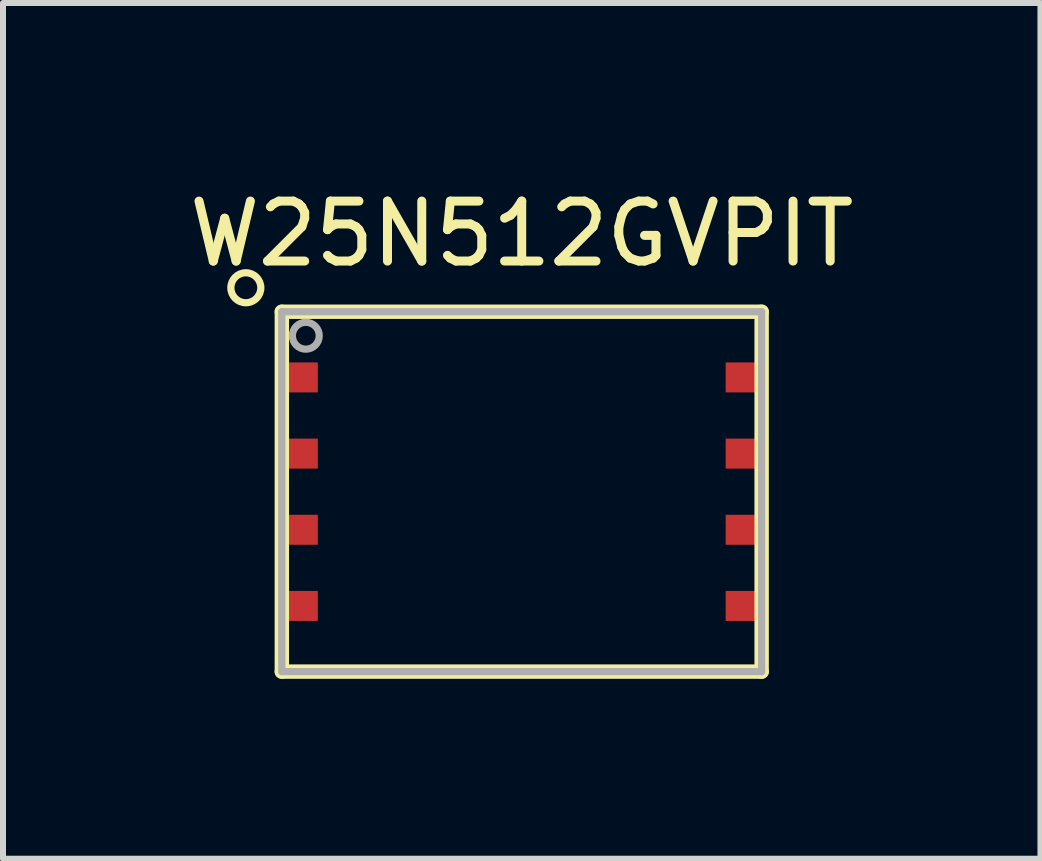
<source format=kicad_pcb>
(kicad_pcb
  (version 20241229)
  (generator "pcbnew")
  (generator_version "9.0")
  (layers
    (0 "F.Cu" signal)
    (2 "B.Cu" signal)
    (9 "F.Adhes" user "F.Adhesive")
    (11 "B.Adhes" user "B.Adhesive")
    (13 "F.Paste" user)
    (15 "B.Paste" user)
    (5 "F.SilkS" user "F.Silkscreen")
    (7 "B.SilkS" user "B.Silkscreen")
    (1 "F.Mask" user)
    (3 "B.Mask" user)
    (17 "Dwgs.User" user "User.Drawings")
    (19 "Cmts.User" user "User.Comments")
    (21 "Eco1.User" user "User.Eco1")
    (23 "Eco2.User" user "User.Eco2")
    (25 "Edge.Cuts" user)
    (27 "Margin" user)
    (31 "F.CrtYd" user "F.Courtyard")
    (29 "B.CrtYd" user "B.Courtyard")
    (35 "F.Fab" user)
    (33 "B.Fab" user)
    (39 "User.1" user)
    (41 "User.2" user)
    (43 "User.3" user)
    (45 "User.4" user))
  (footprint "W25N512GVPIT"
    (layer "F.Cu")
    (at 5.649 5.148)
    (property "Reference" "W25N512GVPIT" (at 0 -4.3 0) (layer "F.SilkS") (effects (font (size 1 1) (thickness 0.15))))
    (attr through_hole)
    (fp_line (start -4 3) (end -4 -3) (stroke (width 0.24) (type solid)) (layer "F.SilkS"))
    (fp_line (start 4 -3) (end -4 -3) (stroke (width 0.24) (type solid)) (layer "F.SilkS"))
    (fp_line (start 4 -3) (end 4 3) (stroke (width 0.24) (type solid)) (layer "F.SilkS"))
    (fp_line (start 4 3) (end -4 3) (stroke (width 0.24) (type solid)) (layer "F.SilkS"))
    (fp_circle (center -4.6 -3.4) (end -4.35 -3.4) (stroke (width 0.12) (type solid)) (fill no) (layer "F.SilkS"))
    (fp_line (start -4 -3) (end 4 -3) (stroke (width 0.12) (type solid)) (layer "F.Fab"))
    (fp_line (start -4 3) (end -4 -3) (stroke (width 0.12) (type solid)) (layer "F.Fab"))
    (fp_line (start -4 3) (end 4 3) (stroke (width 0.12) (type solid)) (layer "F.Fab"))
    (fp_line (start 4 -3) (end 4 3) (stroke (width 0.12) (type solid)) (layer "F.Fab"))
    (fp_circle (center -3.6 -2.6) (end -3.376 -2.6) (stroke (width 0.12) (type solid)) (fill no) (layer "F.Fab"))
    (pad "1" smd rect (at -3.7 -1.905) (size 0.6 0.5) (layers "F.Cu" "F.Mask" "F.Paste"))
    (pad "2" smd rect (at -3.7 -0.635) (size 0.6 0.5) (layers "F.Cu" "F.Mask" "F.Paste"))
    (pad "3" smd rect (at -3.7 0.635) (size 0.6 0.5) (layers "F.Cu" "F.Mask" "F.Paste"))
    (pad "4" smd rect (at -3.7 1.905) (size 0.6 0.5) (layers "F.Cu" "F.Mask" "F.Paste"))
    (pad "5" smd rect (at 3.7 1.905) (size 0.6 0.5) (layers "F.Cu" "F.Mask" "F.Paste"))
    (pad "6" smd rect (at 3.7 0.635) (size 0.6 0.5) (layers "F.Cu" "F.Mask" "F.Paste"))
    (pad "7" smd rect (at 3.7 -0.635) (size 0.6 0.5) (layers "F.Cu" "F.Mask" "F.Paste"))
    (pad "8" smd rect (at 3.7 -1.905) (size 0.6 0.5) (layers "F.Cu" "F.Mask" "F.Paste")))
  (gr_rect
    (start -3 -3)
    (end 14.298 11.268)
    (stroke (width 0.1) (type default))
    (fill no)
    (layer "Edge.Cuts")))
</source>
